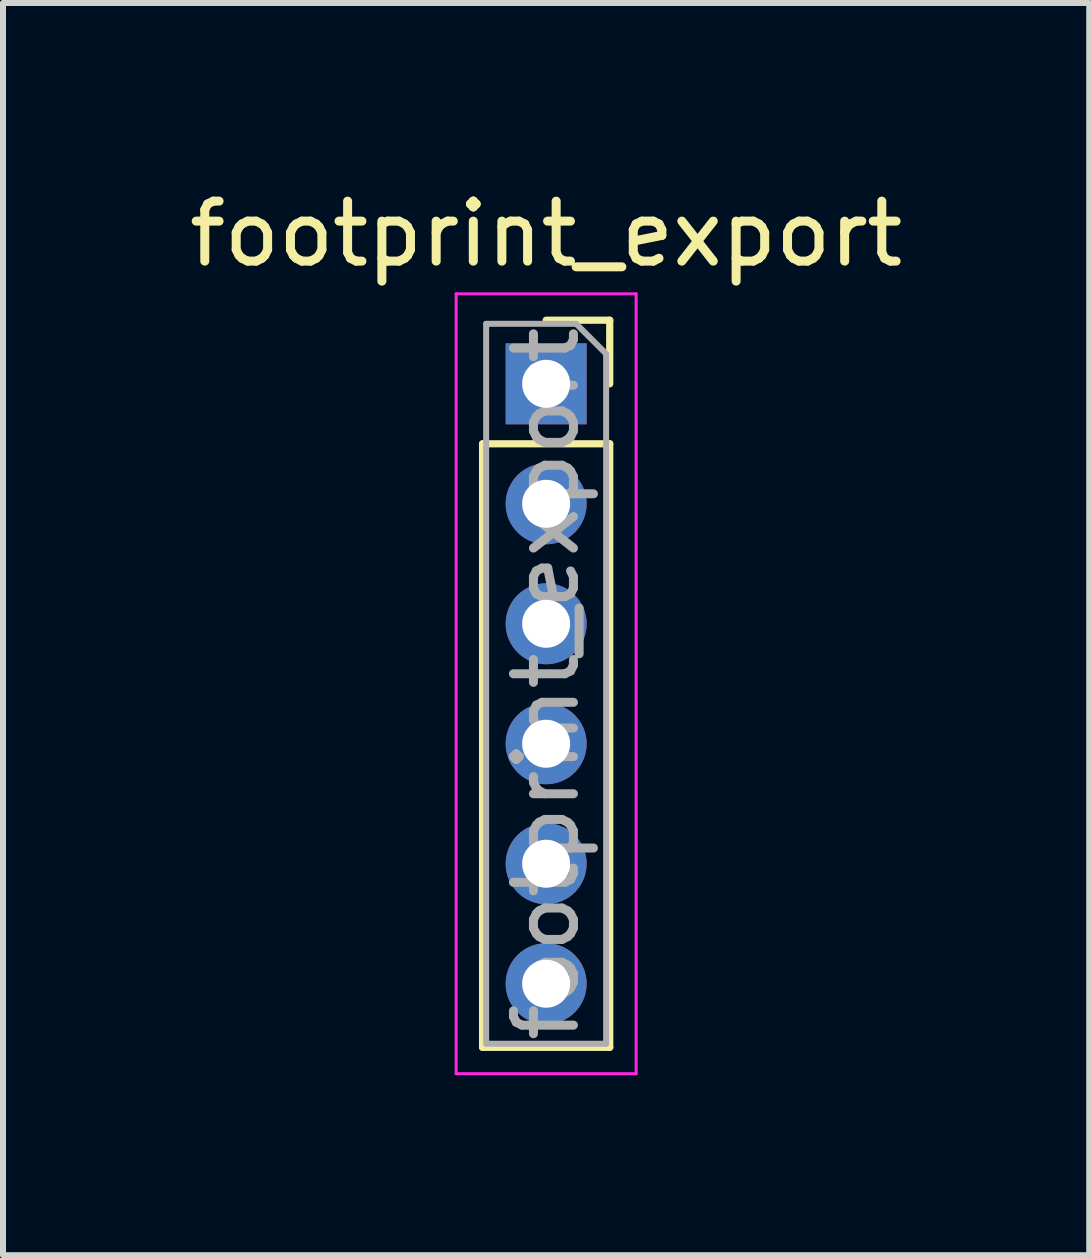
<source format=kicad_pcb>
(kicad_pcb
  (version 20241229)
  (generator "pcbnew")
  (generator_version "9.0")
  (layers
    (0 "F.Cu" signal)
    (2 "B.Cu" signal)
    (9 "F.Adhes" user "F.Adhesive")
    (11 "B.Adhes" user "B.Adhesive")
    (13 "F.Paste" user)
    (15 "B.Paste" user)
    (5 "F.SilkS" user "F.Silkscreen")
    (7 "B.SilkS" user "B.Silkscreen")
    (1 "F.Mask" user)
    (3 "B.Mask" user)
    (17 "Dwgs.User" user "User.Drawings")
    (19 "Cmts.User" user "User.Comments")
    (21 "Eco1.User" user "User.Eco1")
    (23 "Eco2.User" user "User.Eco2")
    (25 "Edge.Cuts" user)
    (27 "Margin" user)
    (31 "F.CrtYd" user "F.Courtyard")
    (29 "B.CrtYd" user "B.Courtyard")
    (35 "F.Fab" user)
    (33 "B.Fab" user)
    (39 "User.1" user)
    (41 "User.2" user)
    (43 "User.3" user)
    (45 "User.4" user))
  (footprint "footprint_export"
    (layer "F.Cu")
    (at 6.054 3.348)
    (property "Reference" "footprint_export" (at 0 -2.5 0) (layer "F.SilkS") (effects (font (size 1 1) (thickness 0.15))))
    (attr through_hole)
    (fp_line (start -1.06 1) (end -1.06 11.06) (stroke (width 0.12) (type solid)) (layer "F.SilkS"))
    (fp_line (start -1.06 1) (end 1.06 1) (stroke (width 0.12) (type solid)) (layer "F.SilkS"))
    (fp_line (start -1.06 11.06) (end 1.06 11.06) (stroke (width 0.12) (type solid)) (layer "F.SilkS"))
    (fp_line (start 0 -1.06) (end 1.06 -1.06) (stroke (width 0.12) (type solid)) (layer "F.SilkS"))
    (fp_line (start 1.06 -1.06) (end 1.06 0) (stroke (width 0.12) (type solid)) (layer "F.SilkS"))
    (fp_line (start 1.06 1) (end 1.06 11.06) (stroke (width 0.12) (type solid)) (layer "F.SilkS"))
    (fp_line (start -1.5 -1.5) (end 1.5 -1.5) (stroke (width 0.05) (type solid)) (layer "F.CrtYd"))
    (fp_line (start -1.5 11.5) (end -1.5 -1.5) (stroke (width 0.05) (type solid)) (layer "F.CrtYd"))
    (fp_line (start 1.5 -1.5) (end 1.5 11.5) (stroke (width 0.05) (type solid)) (layer "F.CrtYd"))
    (fp_line (start 1.5 11.5) (end -1.5 11.5) (stroke (width 0.05) (type solid)) (layer "F.CrtYd"))
    (fp_line (start -1 -1) (end 0.5 -1) (stroke (width 0.1) (type solid)) (layer "F.Fab"))
    (fp_line (start -1 11) (end -1 -1) (stroke (width 0.1) (type solid)) (layer "F.Fab"))
    (fp_line (start 0.5 -1) (end 1 -0.5) (stroke (width 0.1) (type solid)) (layer "F.Fab"))
    (fp_line (start 1 -0.5) (end 1 11) (stroke (width 0.1) (type solid)) (layer "F.Fab"))
    (fp_line (start 1 11) (end -1 11) (stroke (width 0.1) (type solid)) (layer "F.Fab"))
    (fp_text user "${REFERENCE}" (at 0 5 90) (layer "F.Fab") (effects (font (size 1 1) (thickness 0.15))))
    (pad "1" thru_hole rect (at 0 0) (size 1.35 1.35) (drill 0.8) (layers "*.Cu" "*.Mask"))
    (pad "2" thru_hole oval (at 0 2) (size 1.35 1.35) (drill 0.8) (layers "*.Cu" "*.Mask"))
    (pad "3" thru_hole oval (at 0 4) (size 1.35 1.35) (drill 0.8) (layers "*.Cu" "*.Mask"))
    (pad "4" thru_hole oval (at 0 6) (size 1.35 1.35) (drill 0.8) (layers "*.Cu" "*.Mask"))
    (pad "5" thru_hole oval (at 0 8) (size 1.35 1.35) (drill 0.8) (layers "*.Cu" "*.Mask"))
    (pad "6" thru_hole oval (at 0 10) (size 1.35 1.35) (drill 0.8) (layers "*.Cu" "*.Mask")))
  (gr_rect
    (start -3 -3)
    (end 15.107 17.873)
    (stroke (width 0.1) (type default))
    (fill no)
    (layer "Edge.Cuts")))
</source>
